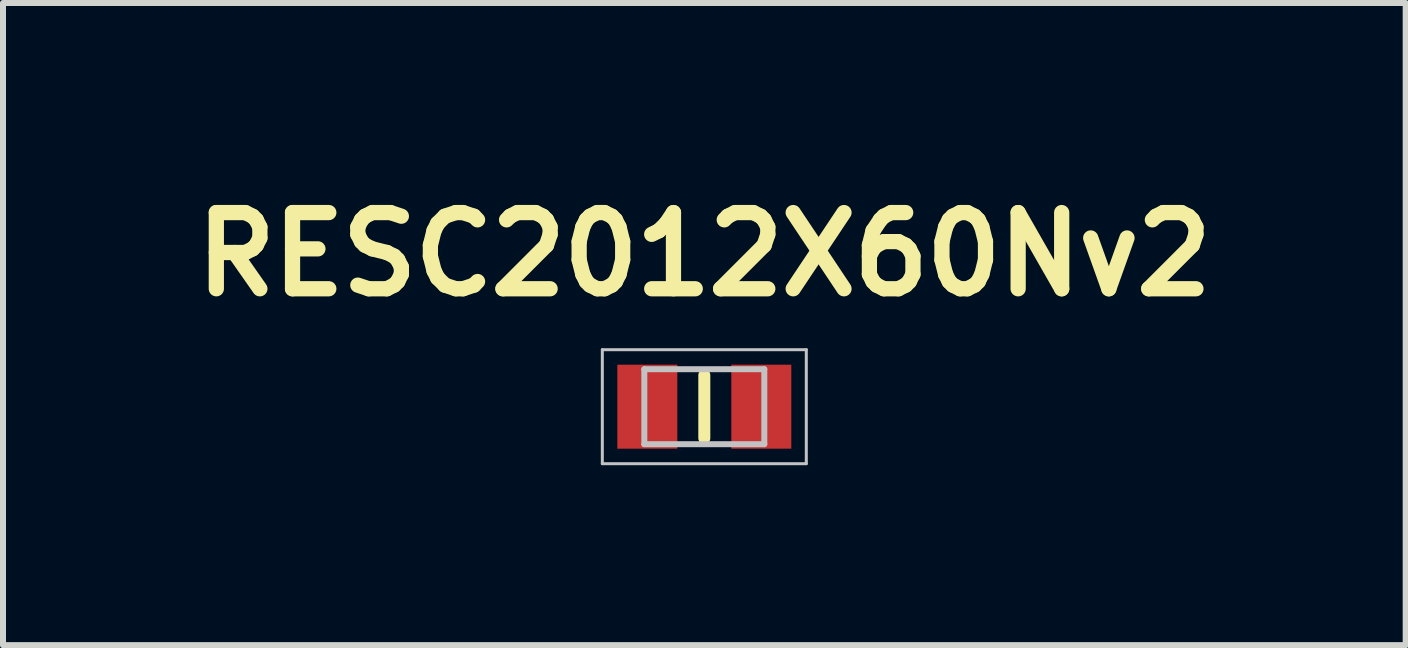
<source format=kicad_pcb>
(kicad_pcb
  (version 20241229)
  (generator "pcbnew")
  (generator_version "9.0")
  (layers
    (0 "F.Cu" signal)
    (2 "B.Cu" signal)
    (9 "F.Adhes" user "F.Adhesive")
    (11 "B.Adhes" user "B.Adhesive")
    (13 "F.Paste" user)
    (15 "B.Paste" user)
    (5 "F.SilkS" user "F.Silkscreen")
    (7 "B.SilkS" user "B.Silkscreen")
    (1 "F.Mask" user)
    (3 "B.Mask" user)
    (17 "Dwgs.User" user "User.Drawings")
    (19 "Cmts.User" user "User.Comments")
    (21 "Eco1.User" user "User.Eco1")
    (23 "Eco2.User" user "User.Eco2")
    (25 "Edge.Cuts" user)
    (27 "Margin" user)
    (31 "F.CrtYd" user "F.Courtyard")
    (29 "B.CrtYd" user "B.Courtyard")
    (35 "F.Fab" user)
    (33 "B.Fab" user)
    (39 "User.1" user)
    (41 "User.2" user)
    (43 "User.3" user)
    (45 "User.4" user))
  (footprint "RESC2012X60Nv2"
    (layer "F.Cu")
    (at 8.69 3.729)
    (property "Reference" "RESC2012X60Nv2" (at 0 -2.54 0) (layer "F.SilkS") (effects (font (size 1.27 1.27) (thickness 0.254))))
    (attr smd)
    (fp_line (start 0 -0.525) (end 0 0.525) (stroke (width 0.2) (type solid)) (layer "F.SilkS"))
    (fp_line (start -1.7 -0.95) (end 1.7 -0.95) (stroke (width 0.05) (type solid)) (layer "Dwgs.User"))
    (fp_line (start -1.7 0.95) (end -1.7 -0.95) (stroke (width 0.05) (type solid)) (layer "Dwgs.User"))
    (fp_line (start -1 -0.625) (end 1 -0.625) (stroke (width 0.1) (type solid)) (layer "Dwgs.User"))
    (fp_line (start -1 0.625) (end -1 -0.625) (stroke (width 0.1) (type solid)) (layer "Dwgs.User"))
    (fp_line (start 1 -0.625) (end 1 0.625) (stroke (width 0.1) (type solid)) (layer "Dwgs.User"))
    (fp_line (start 1 0.625) (end -1 0.625) (stroke (width 0.1) (type solid)) (layer "Dwgs.User"))
    (fp_line (start 1.7 -0.95) (end 1.7 0.95) (stroke (width 0.05) (type solid)) (layer "Dwgs.User"))
    (fp_line (start 1.7 0.95) (end -1.7 0.95) (stroke (width 0.05) (type solid)) (layer "Dwgs.User"))
    (pad "1" smd rect (at -0.95 0) (size 1 1.4) (layers "F.Cu" "F.Mask" "F.Paste"))
    (pad "2" smd rect (at 0.95 0) (size 1 1.4) (layers "F.Cu" "F.Mask" "F.Paste")))
  (gr_rect
    (start -3 -3)
    (end 20.381 7.704)
    (stroke (width 0.1) (type default))
    (fill no)
    (layer "Edge.Cuts")))
</source>
